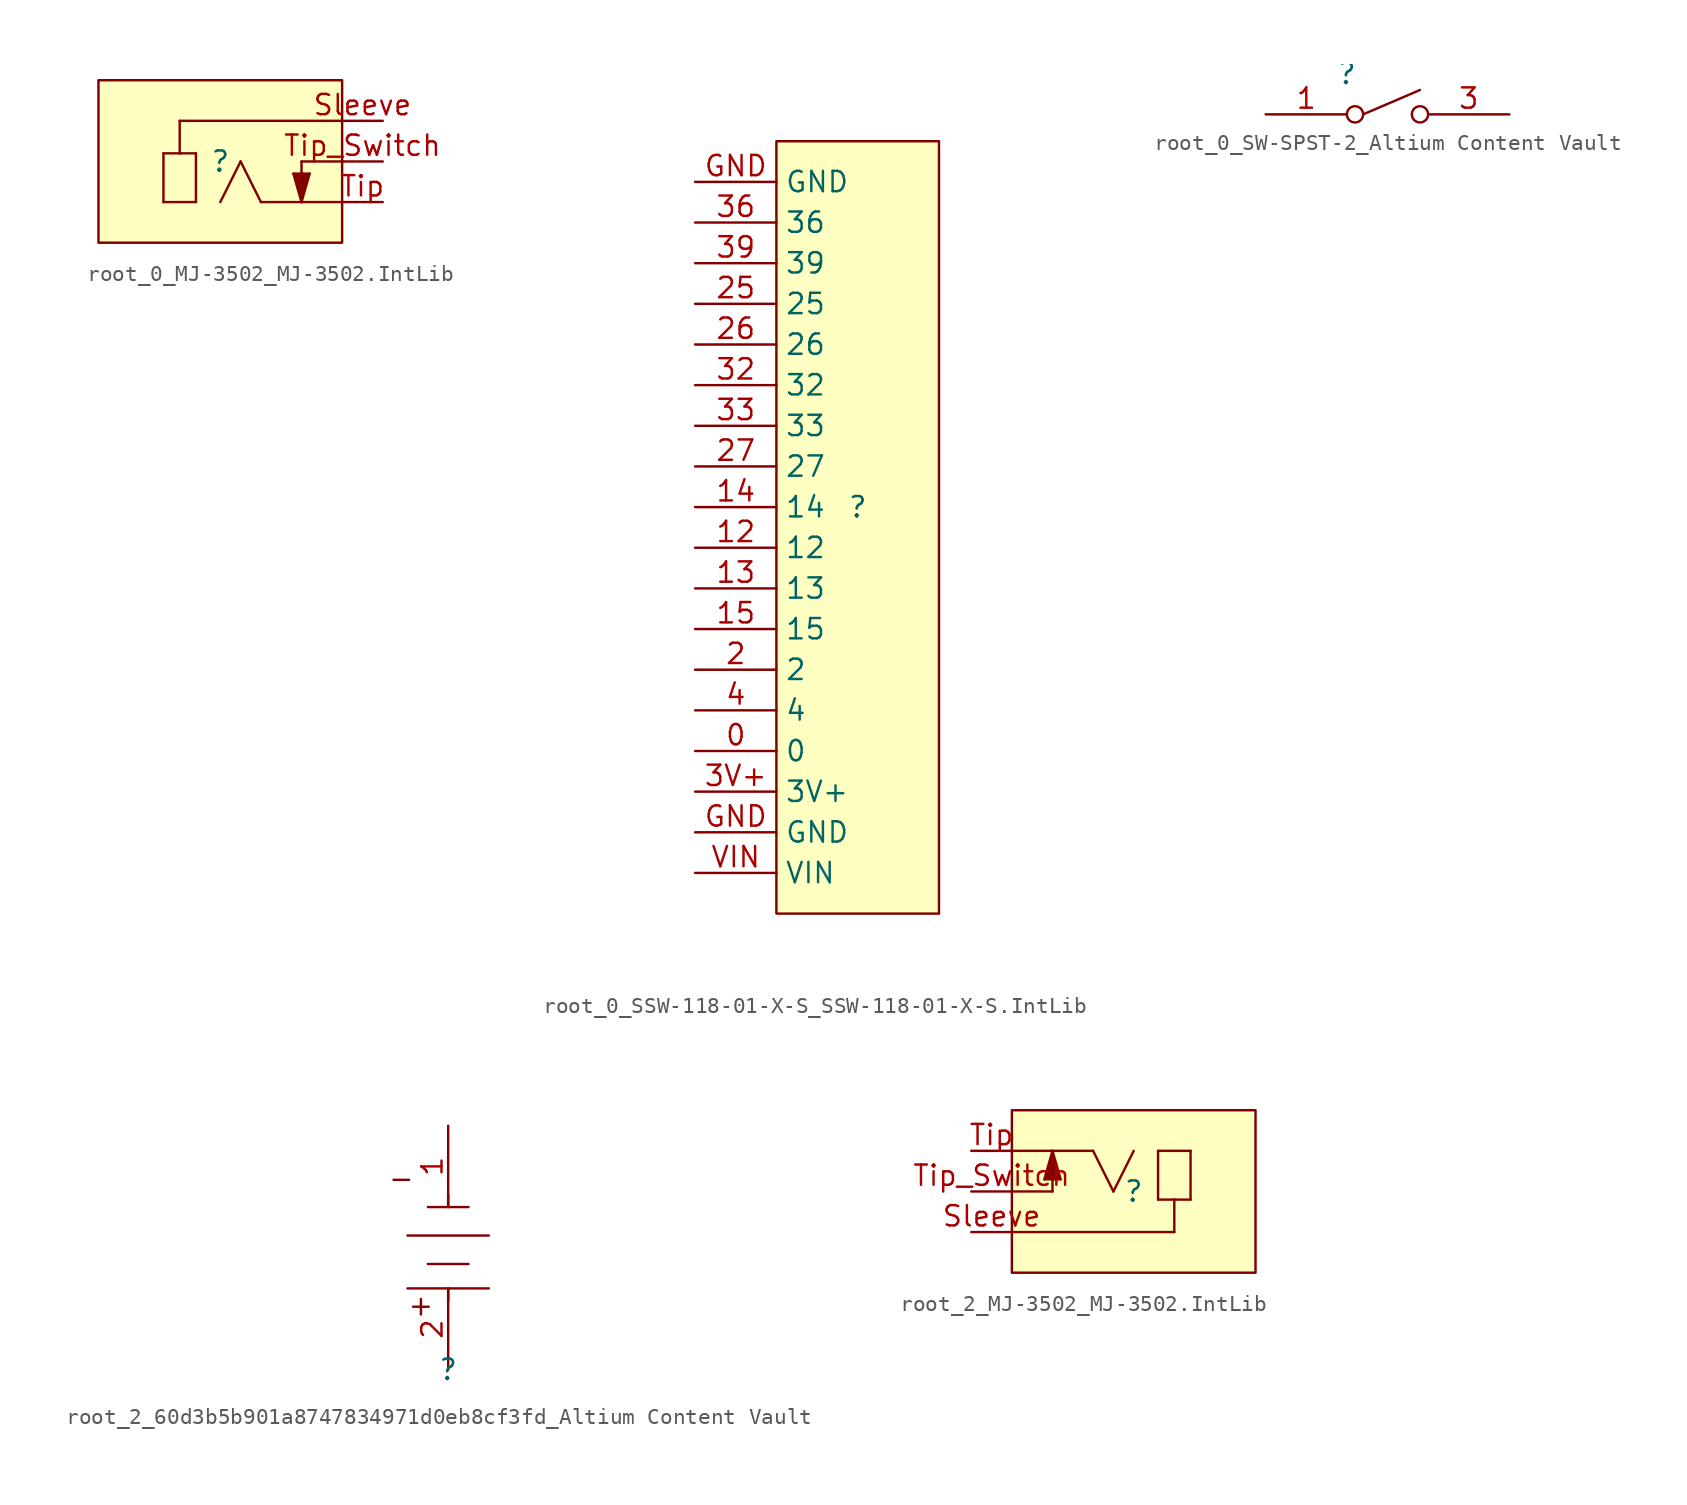
<source format=kicad_sym>
(kicad_symbol_lib
  (version 20241209)
  (generator "kicad_symbol_editor")
  (generator_version "9.0")
  (symbol "root_0_MJ-3502_MJ-3502.IntLib"
    (pin_names
      (hide yes))
    (property "Reference" ""
      (at 0 0 0)
      (effects (font (size 1.27 1.27))))
    (property "Value" ""
      (at 0 0 0)
      (effects (font (size 1.27 1.27))))
    (symbol "root_0_MJ-3502_MJ-3502.IntLib_1_0"
      (polyline (pts (xy -3.556 0.508) (xy -3.556 -2.54)) (stroke (width 0) (type solid)) (fill (type none)))
      (polyline (pts (xy -3.556 -2.54) (xy -1.524 -2.54)) (stroke (width 0) (type solid)) (fill (type none)))
      (polyline (pts (xy -2.54 2.54) (xy 7.62 2.54)) (stroke (width 0) (type solid)) (fill (type none)))
      (polyline (pts (xy -2.54 0.508) (xy -3.556 0.508)) (stroke (width 0) (type solid)) (fill (type none)))
      (polyline (pts (xy -2.54 0.508) (xy -2.54 2.54)) (stroke (width 0) (type solid)) (fill (type none)))
      (polyline (pts (xy -1.524 0.508) (xy -2.54 0.508)) (stroke (width 0) (type solid)) (fill (type none)))
      (polyline (pts (xy -1.524 -2.54) (xy -1.524 0.508)) (stroke (width 0) (type solid)) (fill (type none)))
      (polyline (pts (xy 0 -2.54) (xy 1.27 0)) (stroke (width 0) (type solid)) (fill (type none)))
      (polyline (pts (xy 1.27 0) (xy 2.54 -2.54)) (stroke (width 0) (type solid)) (fill (type none)))
      (polyline (pts (xy 2.54 -2.54) (xy 5.08 -2.54)) (stroke (width 0) (type solid)) (fill (type none)))
      (polyline (pts (xy 4.572 -0.762) (xy 5.08 -2.54)) (stroke (width 0) (type solid)) (fill (type none)))
      (polyline (pts (xy 5.08 0) (xy 5.08 -0.762)) (stroke (width 0) (type solid)) (fill (type none)))
      (polyline (pts (xy 5.08 -0.762) (xy 4.572 -0.762)) (stroke (width 0) (type solid)) (fill (type none)))
      (polyline (pts (xy 5.08 -2.54) (xy 5.588 -0.762)) (stroke (width 0) (type solid)) (fill (type none)))
      (polyline (pts (xy 5.08 -2.54) (xy 7.62 -2.54)) (stroke (width 0) (type solid)) (fill (type none)))
      (polyline (pts (xy 5.588 -0.762) (xy 5.08 -0.762)) (stroke (width 0) (type solid)) (fill (type none)))
      (polyline (pts (xy 5.588 -0.762) (xy 4.572 -0.762) (xy 5.08 -2.54) (xy 5.588 -0.762)) (stroke (width -0.0001) (type solid)) (fill (type outline)))
      (rectangle (start 7.62 5.08) (end -7.62 -5.08) (stroke (width 0) (type solid) (color 128 0 0 1)) (fill (type background)))
      (polyline (pts (xy 7.62 0) (xy 5.08 0)) (stroke (width 0) (type solid)) (fill (type none)))
      (pin passive line (at 10.16 2.54 180) (length 2.54) (name "1" (effects (font (size 1.27 1.27)))) (number "Sleeve" (effects (font (size 1.27 1.27)))))
      (pin passive line (at 10.16 0 180) (length 2.54) (name "3" (effects (font (size 1.27 1.27)))) (number "Tip_Switch" (effects (font (size 1.27 1.27)))))
      (pin passive line (at 10.16 -2.54 180) (length 2.54) (name "2" (effects (font (size 1.27 1.27)))) (number "Tip" (effects (font (size 1.27 1.27)))))))
  (symbol "root_0_SSW-118-01-X-S_SSW-118-01-X-S.IntLib"
    (property "Reference" ""
      (at 0 0 0)
      (effects (font (size 1.27 1.27))))
    (property "Value" ""
      (at 0 0 0)
      (effects (font (size 1.27 1.27))))
    (symbol "root_0_SSW-118-01-X-S_SSW-118-01-X-S.IntLib_1_0"
      (rectangle (start 5.08 22.86) (end -5.08 -25.4) (stroke (width 0) (type solid) (color 128 0 0 1)) (fill (type background)))
      (pin passive line (at -10.16 20.32 0) (length 5.08) (name "GND" (effects (font (size 1.27 1.27)))) (number "GND" (effects (font (size 1.27 1.27)))))
      (pin passive line (at -10.16 17.78 0) (length 5.08) (name "36" (effects (font (size 1.27 1.27)))) (number "36" (effects (font (size 1.27 1.27)))))
      (pin passive line (at -10.16 15.24 0) (length 5.08) (name "39" (effects (font (size 1.27 1.27)))) (number "39" (effects (font (size 1.27 1.27)))))
      (pin passive line (at -10.16 12.7 0) (length 5.08) (name "25" (effects (font (size 1.27 1.27)))) (number "25" (effects (font (size 1.27 1.27)))))
      (pin passive line (at -10.16 10.16 0) (length 5.08) (name "26" (effects (font (size 1.27 1.27)))) (number "26" (effects (font (size 1.27 1.27)))))
      (pin passive line (at -10.16 7.62 0) (length 5.08) (name "32" (effects (font (size 1.27 1.27)))) (number "32" (effects (font (size 1.27 1.27)))))
      (pin passive line (at -10.16 5.08 0) (length 5.08) (name "33" (effects (font (size 1.27 1.27)))) (number "33" (effects (font (size 1.27 1.27)))))
      (pin passive line (at -10.16 2.54 0) (length 5.08) (name "27" (effects (font (size 1.27 1.27)))) (number "27" (effects (font (size 1.27 1.27)))))
      (pin passive line (at -10.16 0 0) (length 5.08) (name "14" (effects (font (size 1.27 1.27)))) (number "14" (effects (font (size 1.27 1.27)))))
      (pin passive line (at -10.16 -2.54 0) (length 5.08) (name "12" (effects (font (size 1.27 1.27)))) (number "12" (effects (font (size 1.27 1.27)))))
      (pin passive line (at -10.16 -5.08 0) (length 5.08) (name "13" (effects (font (size 1.27 1.27)))) (number "13" (effects (font (size 1.27 1.27)))))
      (pin passive line (at -10.16 -7.62 0) (length 5.08) (name "15" (effects (font (size 1.27 1.27)))) (number "15" (effects (font (size 1.27 1.27)))))
      (pin passive line (at -10.16 -10.16 0) (length 5.08) (name "2" (effects (font (size 1.27 1.27)))) (number "2" (effects (font (size 1.27 1.27)))))
      (pin passive line (at -10.16 -12.7 0) (length 5.08) (name "4" (effects (font (size 1.27 1.27)))) (number "4" (effects (font (size 1.27 1.27)))))
      (pin passive line (at -10.16 -15.24 0) (length 5.08) (name "0" (effects (font (size 1.27 1.27)))) (number "0" (effects (font (size 1.27 1.27)))))
      (pin passive line (at -10.16 -17.78 0) (length 5.08) (name "3V+" (effects (font (size 1.27 1.27)))) (number "3V+" (effects (font (size 1.27 1.27)))))
      (pin passive line (at -10.16 -20.32 0) (length 5.08) (name "GND" (effects (font (size 1.27 1.27)))) (number "GND" (effects (font (size 1.27 1.27)))))
      (pin passive line (at -10.16 -22.86 0) (length 5.08) (name "VIN" (effects (font (size 1.27 1.27)))) (number "VIN" (effects (font (size 1.27 1.27)))))))
  (symbol "root_0_SW-SPST-2_Altium Content Vault"
    (pin_names
      (hide yes))
    (property "Reference" ""
      (at 0 0 0)
      (effects (font (size 1.27 1.27))))
    (property "Value" ""
      (at 0 0 0)
      (effects (font (size 1.27 1.27))))
    (symbol "root_0_SW-SPST-2_Altium Content Vault_1_0"
      (circle (center 0.508 -2.54) (radius 0.508) (stroke (width 0) (type solid)) (fill (type none)))
      (polyline (pts (xy 1.016 -2.54) (xy 4.572 -1.016)) (stroke (width 0) (type solid)) (fill (type none)))
      (circle (center 4.572 -2.54) (radius 0.508) (stroke (width 0) (type solid)) (fill (type none)))
      (pin passive line (at -5.08 -2.54 0) (length 5.08) (name "1" (effects (font (size 1.27 1.27)))) (number "1" (effects (font (size 1.27 1.27)))))
      (pin passive line (at 10.16 -2.54 180) (length 5.08) (name "3" (effects (font (size 1.27 1.27)))) (number "3" (effects (font (size 1.27 1.27)))))))
  (symbol "root_2_60d3b5b901a8747834971d0eb8cf3fd_Altium Content Vault"
    (pin_names
      (hide yes))
    (property "Reference" ""
      (at 0 0 0)
      (effects (font (size 1.27 1.27))))
    (property "Value" ""
      (at 0 0 0)
      (effects (font (size 1.27 1.27))))
    (symbol "root_2_60d3b5b901a8747834971d0eb8cf3fd_Altium Content Vault_1_0"
      (polyline (pts (xy -2.54 8.382) (xy 2.54 8.382)) (stroke (width 0) (type solid)) (fill (type none)))
      (polyline (pts (xy -2.54 5.08) (xy 2.54 5.08)) (stroke (width 0) (type solid)) (fill (type none)))
      (polyline (pts (xy -1.27 10.16) (xy 1.27 10.16)) (stroke (width 0) (type solid)) (fill (type none)))
      (polyline (pts (xy -1.27 6.604) (xy 1.27 6.604)) (stroke (width 0) (type solid)) (fill (type none)))
      (polyline (pts (xy 0 10.16) (xy 0 10.922)) (stroke (width 0) (type solid)) (fill (type none)))
      (polyline (pts (xy 0 5.08) (xy 0 4.318)) (stroke (width 0) (type solid)) (fill (type none)))
      (text "-" (at -3.81 12.7 0) (effects (font (size 1.27 1.27)) (justify left top)))
      (text "+" (at -2.54 3.048 900) (effects (font (size 1.27 1.27)) (justify left top)))
      (pin passive line (at 0 15.24 270) (length 5.08) (name "C" (effects (font (size 1.27 1.27)))) (number "1" (effects (font (size 1.27 1.27)))))
      (pin passive line (at 0 0 90) (length 5.08) (name "A" (effects (font (size 1.27 1.27)))) (number "2" (effects (font (size 1.27 1.27)))))))
  (symbol "root_2_MJ-3502_MJ-3502.IntLib"
    (pin_names
      (hide yes))
    (property "Reference" ""
      (at 0 0 0)
      (effects (font (size 1.27 1.27))))
    (property "Value" ""
      (at 0 0 0)
      (effects (font (size 1.27 1.27))))
    (symbol "root_2_MJ-3502_MJ-3502.IntLib_1_0"
      (polyline (pts (xy -7.62 0) (xy -5.08 0)) (stroke (width 0) (type solid)) (fill (type none)))
      (polyline (pts (xy -5.588 0.762) (xy -5.08 0.762)) (stroke (width 0) (type solid)) (fill (type none)))
      (polyline (pts (xy -5.588 0.762) (xy -4.572 0.762) (xy -5.08 2.54) (xy -5.588 0.762)) (stroke (width -0.0001) (type solid)) (fill (type outline)))
      (polyline (pts (xy -5.08 2.54) (xy -7.62 2.54)) (stroke (width 0) (type solid)) (fill (type none)))
      (polyline (pts (xy -5.08 2.54) (xy -5.588 0.762)) (stroke (width 0) (type solid)) (fill (type none)))
      (polyline (pts (xy -5.08 0.762) (xy -4.572 0.762)) (stroke (width 0) (type solid)) (fill (type none)))
      (polyline (pts (xy -5.08 0) (xy -5.08 0.762)) (stroke (width 0) (type solid)) (fill (type none)))
      (polyline (pts (xy -4.572 0.762) (xy -5.08 2.54)) (stroke (width 0) (type solid)) (fill (type none)))
      (polyline (pts (xy -2.54 2.54) (xy -5.08 2.54)) (stroke (width 0) (type solid)) (fill (type none)))
      (polyline (pts (xy -1.27 0) (xy -2.54 2.54)) (stroke (width 0) (type solid)) (fill (type none)))
      (polyline (pts (xy 0 2.54) (xy -1.27 0)) (stroke (width 0) (type solid)) (fill (type none)))
      (polyline (pts (xy 1.524 2.54) (xy 1.524 -0.508)) (stroke (width 0) (type solid)) (fill (type none)))
      (polyline (pts (xy 1.524 -0.508) (xy 2.54 -0.508)) (stroke (width 0) (type solid)) (fill (type none)))
      (polyline (pts (xy 2.54 -0.508) (xy 2.54 -2.54)) (stroke (width 0) (type solid)) (fill (type none)))
      (polyline (pts (xy 2.54 -0.508) (xy 3.556 -0.508)) (stroke (width 0) (type solid)) (fill (type none)))
      (polyline (pts (xy 2.54 -2.54) (xy -7.62 -2.54)) (stroke (width 0) (type solid)) (fill (type none)))
      (polyline (pts (xy 3.556 2.54) (xy 1.524 2.54)) (stroke (width 0) (type solid)) (fill (type none)))
      (polyline (pts (xy 3.556 -0.508) (xy 3.556 2.54)) (stroke (width 0) (type solid)) (fill (type none)))
      (rectangle (start 7.62 5.08) (end -7.62 -5.08) (stroke (width 0) (type solid) (color 128 0 0 1)) (fill (type background)))
      (pin passive line (at -10.16 2.54 0) (length 2.54) (name "2" (effects (font (size 1.27 1.27)))) (number "Tip" (effects (font (size 1.27 1.27)))))
      (pin passive line (at -10.16 0 0) (length 2.54) (name "3" (effects (font (size 1.27 1.27)))) (number "Tip_Switch" (effects (font (size 1.27 1.27)))))
      (pin passive line (at -10.16 -2.54 0) (length 2.54) (name "1" (effects (font (size 1.27 1.27)))) (number "Sleeve" (effects (font (size 1.27 1.27))))))))
</source>
